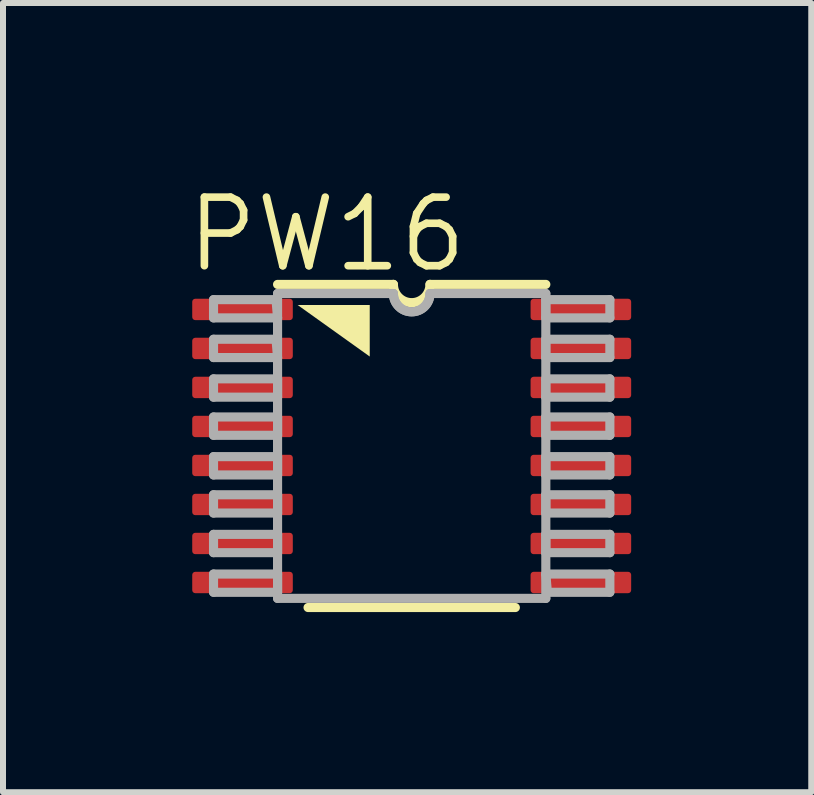
<source format=kicad_pcb>
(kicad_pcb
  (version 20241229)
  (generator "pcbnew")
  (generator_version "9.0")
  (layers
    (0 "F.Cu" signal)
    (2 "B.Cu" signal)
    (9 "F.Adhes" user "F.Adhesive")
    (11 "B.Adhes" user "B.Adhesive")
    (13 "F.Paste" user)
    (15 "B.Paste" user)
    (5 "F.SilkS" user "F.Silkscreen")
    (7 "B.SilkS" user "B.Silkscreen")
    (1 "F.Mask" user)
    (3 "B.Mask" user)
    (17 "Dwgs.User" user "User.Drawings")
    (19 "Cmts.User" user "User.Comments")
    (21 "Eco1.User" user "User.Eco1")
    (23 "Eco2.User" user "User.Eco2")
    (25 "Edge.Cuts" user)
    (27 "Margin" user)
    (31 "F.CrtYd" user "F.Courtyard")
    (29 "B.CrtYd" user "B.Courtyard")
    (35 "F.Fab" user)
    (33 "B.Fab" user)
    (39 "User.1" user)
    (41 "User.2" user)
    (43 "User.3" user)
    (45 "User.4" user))
  (footprint "PW16"
    (layer "F.Cu")
    (at 3.81 4.381)
    (property "Reference" "PW16" (at -3.81 -2.857 0) (layer "F.SilkS") (effects (font (size 1.143 1.143) (thickness 0.127)) (justify left bottom)))
    (fp_line (start -1.727 2.692) (end 1.727 2.692) (stroke (width 0.152) (type solid)) (layer "F.SilkS"))
    (fp_line (start -0.305 -2.692) (end -2.235 -2.692) (stroke (width 0.152) (type solid)) (layer "F.SilkS"))
    (fp_line (start 2.235 -2.692) (end 0.305 -2.692) (stroke (width 0.152) (type solid)) (layer "F.SilkS"))
    (fp_arc (start 0.3048 -2.6924) (mid 0 -2.3876) (end -0.3048 -2.6924) (stroke (width 0.1524) (type solid)) (layer "F.SilkS"))
    (fp_poly (pts (xy -0.699 -1.49) (xy -1.901 -2.349) (xy -0.699 -2.349)) (stroke (width 0) (type solid)) (fill yes) (layer "F.SilkS"))
    (fp_line (start -3.302 -2.438) (end -3.302 -2.134) (stroke (width 0.152) (type solid)) (layer "F.Fab"))
    (fp_line (start -3.302 -2.134) (end -2.235 -2.134) (stroke (width 0.152) (type solid)) (layer "F.Fab"))
    (fp_line (start -3.302 -1.778) (end -3.302 -1.473) (stroke (width 0.152) (type solid)) (layer "F.Fab"))
    (fp_line (start -3.302 -1.473) (end -2.235 -1.473) (stroke (width 0.152) (type solid)) (layer "F.Fab"))
    (fp_line (start -3.302 -1.118) (end -3.302 -0.813) (stroke (width 0.152) (type solid)) (layer "F.Fab"))
    (fp_line (start -3.302 -0.813) (end -2.235 -0.813) (stroke (width 0.152) (type solid)) (layer "F.Fab"))
    (fp_line (start -3.302 -0.483) (end -3.302 -0.178) (stroke (width 0.152) (type solid)) (layer "F.Fab"))
    (fp_line (start -3.302 -0.178) (end -2.235 -0.178) (stroke (width 0.152) (type solid)) (layer "F.Fab"))
    (fp_line (start -3.302 0.178) (end -3.302 0.483) (stroke (width 0.152) (type solid)) (layer "F.Fab"))
    (fp_line (start -3.302 0.483) (end -2.235 0.483) (stroke (width 0.152) (type solid)) (layer "F.Fab"))
    (fp_line (start -3.302 0.813) (end -3.302 1.118) (stroke (width 0.152) (type solid)) (layer "F.Fab"))
    (fp_line (start -3.302 1.118) (end -2.235 1.118) (stroke (width 0.152) (type solid)) (layer "F.Fab"))
    (fp_line (start -3.302 1.473) (end -3.302 1.778) (stroke (width 0.152) (type solid)) (layer "F.Fab"))
    (fp_line (start -3.302 1.778) (end -2.235 1.778) (stroke (width 0.152) (type solid)) (layer "F.Fab"))
    (fp_line (start -3.302 2.134) (end -3.302 2.438) (stroke (width 0.152) (type solid)) (layer "F.Fab"))
    (fp_line (start -3.302 2.438) (end -2.235 2.438) (stroke (width 0.152) (type solid)) (layer "F.Fab"))
    (fp_line (start -2.261 -2.438) (end -3.302 -2.438) (stroke (width 0.152) (type solid)) (layer "F.Fab"))
    (fp_line (start -2.261 -1.778) (end -3.302 -1.778) (stroke (width 0.152) (type solid)) (layer "F.Fab"))
    (fp_line (start -2.235 -2.54) (end -2.235 2.54) (stroke (width 0.152) (type solid)) (layer "F.Fab"))
    (fp_line (start -2.235 -2.134) (end -2.261 -2.438) (stroke (width 0.152) (type solid)) (layer "F.Fab"))
    (fp_line (start -2.235 -1.473) (end -2.261 -1.778) (stroke (width 0.152) (type solid)) (layer "F.Fab"))
    (fp_line (start -2.235 -1.118) (end -3.302 -1.118) (stroke (width 0.152) (type solid)) (layer "F.Fab"))
    (fp_line (start -2.235 -0.813) (end -2.235 -1.118) (stroke (width 0.152) (type solid)) (layer "F.Fab"))
    (fp_line (start -2.235 -0.483) (end -3.302 -0.483) (stroke (width 0.152) (type solid)) (layer "F.Fab"))
    (fp_line (start -2.235 -0.178) (end -2.235 -0.483) (stroke (width 0.152) (type solid)) (layer "F.Fab"))
    (fp_line (start -2.235 0.178) (end -3.302 0.178) (stroke (width 0.152) (type solid)) (layer "F.Fab"))
    (fp_line (start -2.235 0.483) (end -2.235 0.178) (stroke (width 0.152) (type solid)) (layer "F.Fab"))
    (fp_line (start -2.235 0.813) (end -3.302 0.813) (stroke (width 0.152) (type solid)) (layer "F.Fab"))
    (fp_line (start -2.235 1.118) (end -2.235 0.813) (stroke (width 0.152) (type solid)) (layer "F.Fab"))
    (fp_line (start -2.235 1.473) (end -3.302 1.473) (stroke (width 0.152) (type solid)) (layer "F.Fab"))
    (fp_line (start -2.235 1.778) (end -2.235 1.473) (stroke (width 0.152) (type solid)) (layer "F.Fab"))
    (fp_line (start -2.235 2.134) (end -3.302 2.134) (stroke (width 0.152) (type solid)) (layer "F.Fab"))
    (fp_line (start -2.235 2.438) (end -2.235 2.134) (stroke (width 0.152) (type solid)) (layer "F.Fab"))
    (fp_line (start -2.235 2.54) (end 2.235 2.54) (stroke (width 0.152) (type solid)) (layer "F.Fab"))
    (fp_line (start -0.305 -2.54) (end -2.235 -2.54) (stroke (width 0.152) (type solid)) (layer "F.Fab"))
    (fp_line (start 2.235 -2.54) (end 0.305 -2.54) (stroke (width 0.152) (type solid)) (layer "F.Fab"))
    (fp_line (start 2.235 -2.438) (end 2.235 -2.134) (stroke (width 0.152) (type solid)) (layer "F.Fab"))
    (fp_line (start 2.235 -2.134) (end 3.302 -2.134) (stroke (width 0.152) (type solid)) (layer "F.Fab"))
    (fp_line (start 2.235 -1.778) (end 2.235 -1.473) (stroke (width 0.152) (type solid)) (layer "F.Fab"))
    (fp_line (start 2.235 -1.473) (end 3.302 -1.473) (stroke (width 0.152) (type solid)) (layer "F.Fab"))
    (fp_line (start 2.235 -1.118) (end 2.235 -0.813) (stroke (width 0.152) (type solid)) (layer "F.Fab"))
    (fp_line (start 2.235 -0.813) (end 3.302 -0.813) (stroke (width 0.152) (type solid)) (layer "F.Fab"))
    (fp_line (start 2.235 -0.483) (end 2.235 -0.178) (stroke (width 0.152) (type solid)) (layer "F.Fab"))
    (fp_line (start 2.235 -0.178) (end 3.302 -0.178) (stroke (width 0.152) (type solid)) (layer "F.Fab"))
    (fp_line (start 2.235 0.178) (end 2.235 0.483) (stroke (width 0.152) (type solid)) (layer "F.Fab"))
    (fp_line (start 2.235 0.483) (end 3.302 0.483) (stroke (width 0.152) (type solid)) (layer "F.Fab"))
    (fp_line (start 2.235 0.813) (end 2.235 1.118) (stroke (width 0.152) (type solid)) (layer "F.Fab"))
    (fp_line (start 2.235 1.118) (end 3.302 1.118) (stroke (width 0.152) (type solid)) (layer "F.Fab"))
    (fp_line (start 2.235 1.473) (end 2.235 1.778) (stroke (width 0.152) (type solid)) (layer "F.Fab"))
    (fp_line (start 2.235 1.778) (end 3.302 1.778) (stroke (width 0.152) (type solid)) (layer "F.Fab"))
    (fp_line (start 2.235 2.134) (end 2.261 2.438) (stroke (width 0.152) (type solid)) (layer "F.Fab"))
    (fp_line (start 2.235 2.54) (end 2.235 -2.54) (stroke (width 0.152) (type solid)) (layer "F.Fab"))
    (fp_line (start 2.261 2.438) (end 3.302 2.438) (stroke (width 0.152) (type solid)) (layer "F.Fab"))
    (fp_line (start 3.302 -2.438) (end 2.235 -2.438) (stroke (width 0.152) (type solid)) (layer "F.Fab"))
    (fp_line (start 3.302 -2.134) (end 3.302 -2.438) (stroke (width 0.152) (type solid)) (layer "F.Fab"))
    (fp_line (start 3.302 -1.778) (end 2.235 -1.778) (stroke (width 0.152) (type solid)) (layer "F.Fab"))
    (fp_line (start 3.302 -1.473) (end 3.302 -1.778) (stroke (width 0.152) (type solid)) (layer "F.Fab"))
    (fp_line (start 3.302 -1.118) (end 2.235 -1.118) (stroke (width 0.152) (type solid)) (layer "F.Fab"))
    (fp_line (start 3.302 -0.813) (end 3.302 -1.118) (stroke (width 0.152) (type solid)) (layer "F.Fab"))
    (fp_line (start 3.302 -0.483) (end 2.235 -0.483) (stroke (width 0.152) (type solid)) (layer "F.Fab"))
    (fp_line (start 3.302 -0.178) (end 3.302 -0.483) (stroke (width 0.152) (type solid)) (layer "F.Fab"))
    (fp_line (start 3.302 0.178) (end 2.235 0.178) (stroke (width 0.152) (type solid)) (layer "F.Fab"))
    (fp_line (start 3.302 0.483) (end 3.302 0.178) (stroke (width 0.152) (type solid)) (layer "F.Fab"))
    (fp_line (start 3.302 0.813) (end 2.235 0.813) (stroke (width 0.152) (type solid)) (layer "F.Fab"))
    (fp_line (start 3.302 1.118) (end 3.302 0.813) (stroke (width 0.152) (type solid)) (layer "F.Fab"))
    (fp_line (start 3.302 1.473) (end 2.235 1.473) (stroke (width 0.152) (type solid)) (layer "F.Fab"))
    (fp_line (start 3.302 1.778) (end 3.302 1.473) (stroke (width 0.152) (type solid)) (layer "F.Fab"))
    (fp_line (start 3.302 2.134) (end 2.235 2.134) (stroke (width 0.152) (type solid)) (layer "F.Fab"))
    (fp_line (start 3.302 2.438) (end 3.302 2.134) (stroke (width 0.152) (type solid)) (layer "F.Fab"))
    (fp_arc (start 0.3048 -2.54) (mid 0 -2.2352) (end -0.3048 -2.54) (stroke (width 0.1524) (type solid)) (layer "F.Fab"))
    (fp_arc (start 0.3048 -2.54) (mid 0 -2.2352) (end -0.3048 -2.54) (stroke (width 0.1524) (type solid)) (layer "F.Fab"))
    (pad "1" smd roundrect (at -2.819 -2.275) (size 1.676 0.356) (layers "F.Cu" "F.Mask" "F.Paste") (roundrect_rratio 0.143))
    (pad "2" smd roundrect (at -2.819 -1.625) (size 1.676 0.356) (layers "F.Cu" "F.Mask" "F.Paste") (roundrect_rratio 0.143))
    (pad "3" smd roundrect (at -2.819 -0.975) (size 1.676 0.356) (layers "F.Cu" "F.Mask" "F.Paste") (roundrect_rratio 0.143))
    (pad "4" smd roundrect (at -2.819 -0.325) (size 1.676 0.356) (layers "F.Cu" "F.Mask" "F.Paste") (roundrect_rratio 0.143))
    (pad "5" smd roundrect (at -2.819 0.325) (size 1.676 0.356) (layers "F.Cu" "F.Mask" "F.Paste") (roundrect_rratio 0.143))
    (pad "6" smd roundrect (at -2.819 0.975) (size 1.676 0.356) (layers "F.Cu" "F.Mask" "F.Paste") (roundrect_rratio 0.143))
    (pad "7" smd roundrect (at -2.819 1.625) (size 1.676 0.356) (layers "F.Cu" "F.Mask" "F.Paste") (roundrect_rratio 0.143))
    (pad "8" smd roundrect (at -2.819 2.275) (size 1.676 0.356) (layers "F.Cu" "F.Mask" "F.Paste") (roundrect_rratio 0.143))
    (pad "9" smd roundrect (at 2.819 2.275) (size 1.676 0.356) (layers "F.Cu" "F.Mask" "F.Paste") (roundrect_rratio 0.143))
    (pad "10" smd roundrect (at 2.819 1.625) (size 1.676 0.356) (layers "F.Cu" "F.Mask" "F.Paste") (roundrect_rratio 0.143))
    (pad "11" smd roundrect (at 2.819 0.975) (size 1.676 0.356) (layers "F.Cu" "F.Mask" "F.Paste") (roundrect_rratio 0.143))
    (pad "12" smd roundrect (at 2.819 0.325) (size 1.676 0.356) (layers "F.Cu" "F.Mask" "F.Paste") (roundrect_rratio 0.143))
    (pad "13" smd roundrect (at 2.819 -0.325) (size 1.676 0.356) (layers "F.Cu" "F.Mask" "F.Paste") (roundrect_rratio 0.143))
    (pad "14" smd roundrect (at 2.819 -0.975) (size 1.676 0.356) (layers "F.Cu" "F.Mask" "F.Paste") (roundrect_rratio 0.143))
    (pad "15" smd roundrect (at 2.819 -1.625) (size 1.676 0.356) (layers "F.Cu" "F.Mask" "F.Paste") (roundrect_rratio 0.143))
    (pad "16" smd roundrect (at 2.819 -2.275) (size 1.676 0.356) (layers "F.Cu" "F.Mask" "F.Paste") (roundrect_rratio 0.143)))
  (gr_rect
    (start -3 -3)
    (end 10.468 10.15)
    (stroke (width 0.1) (type default))
    (fill no)
    (layer "Edge.Cuts")))
</source>
